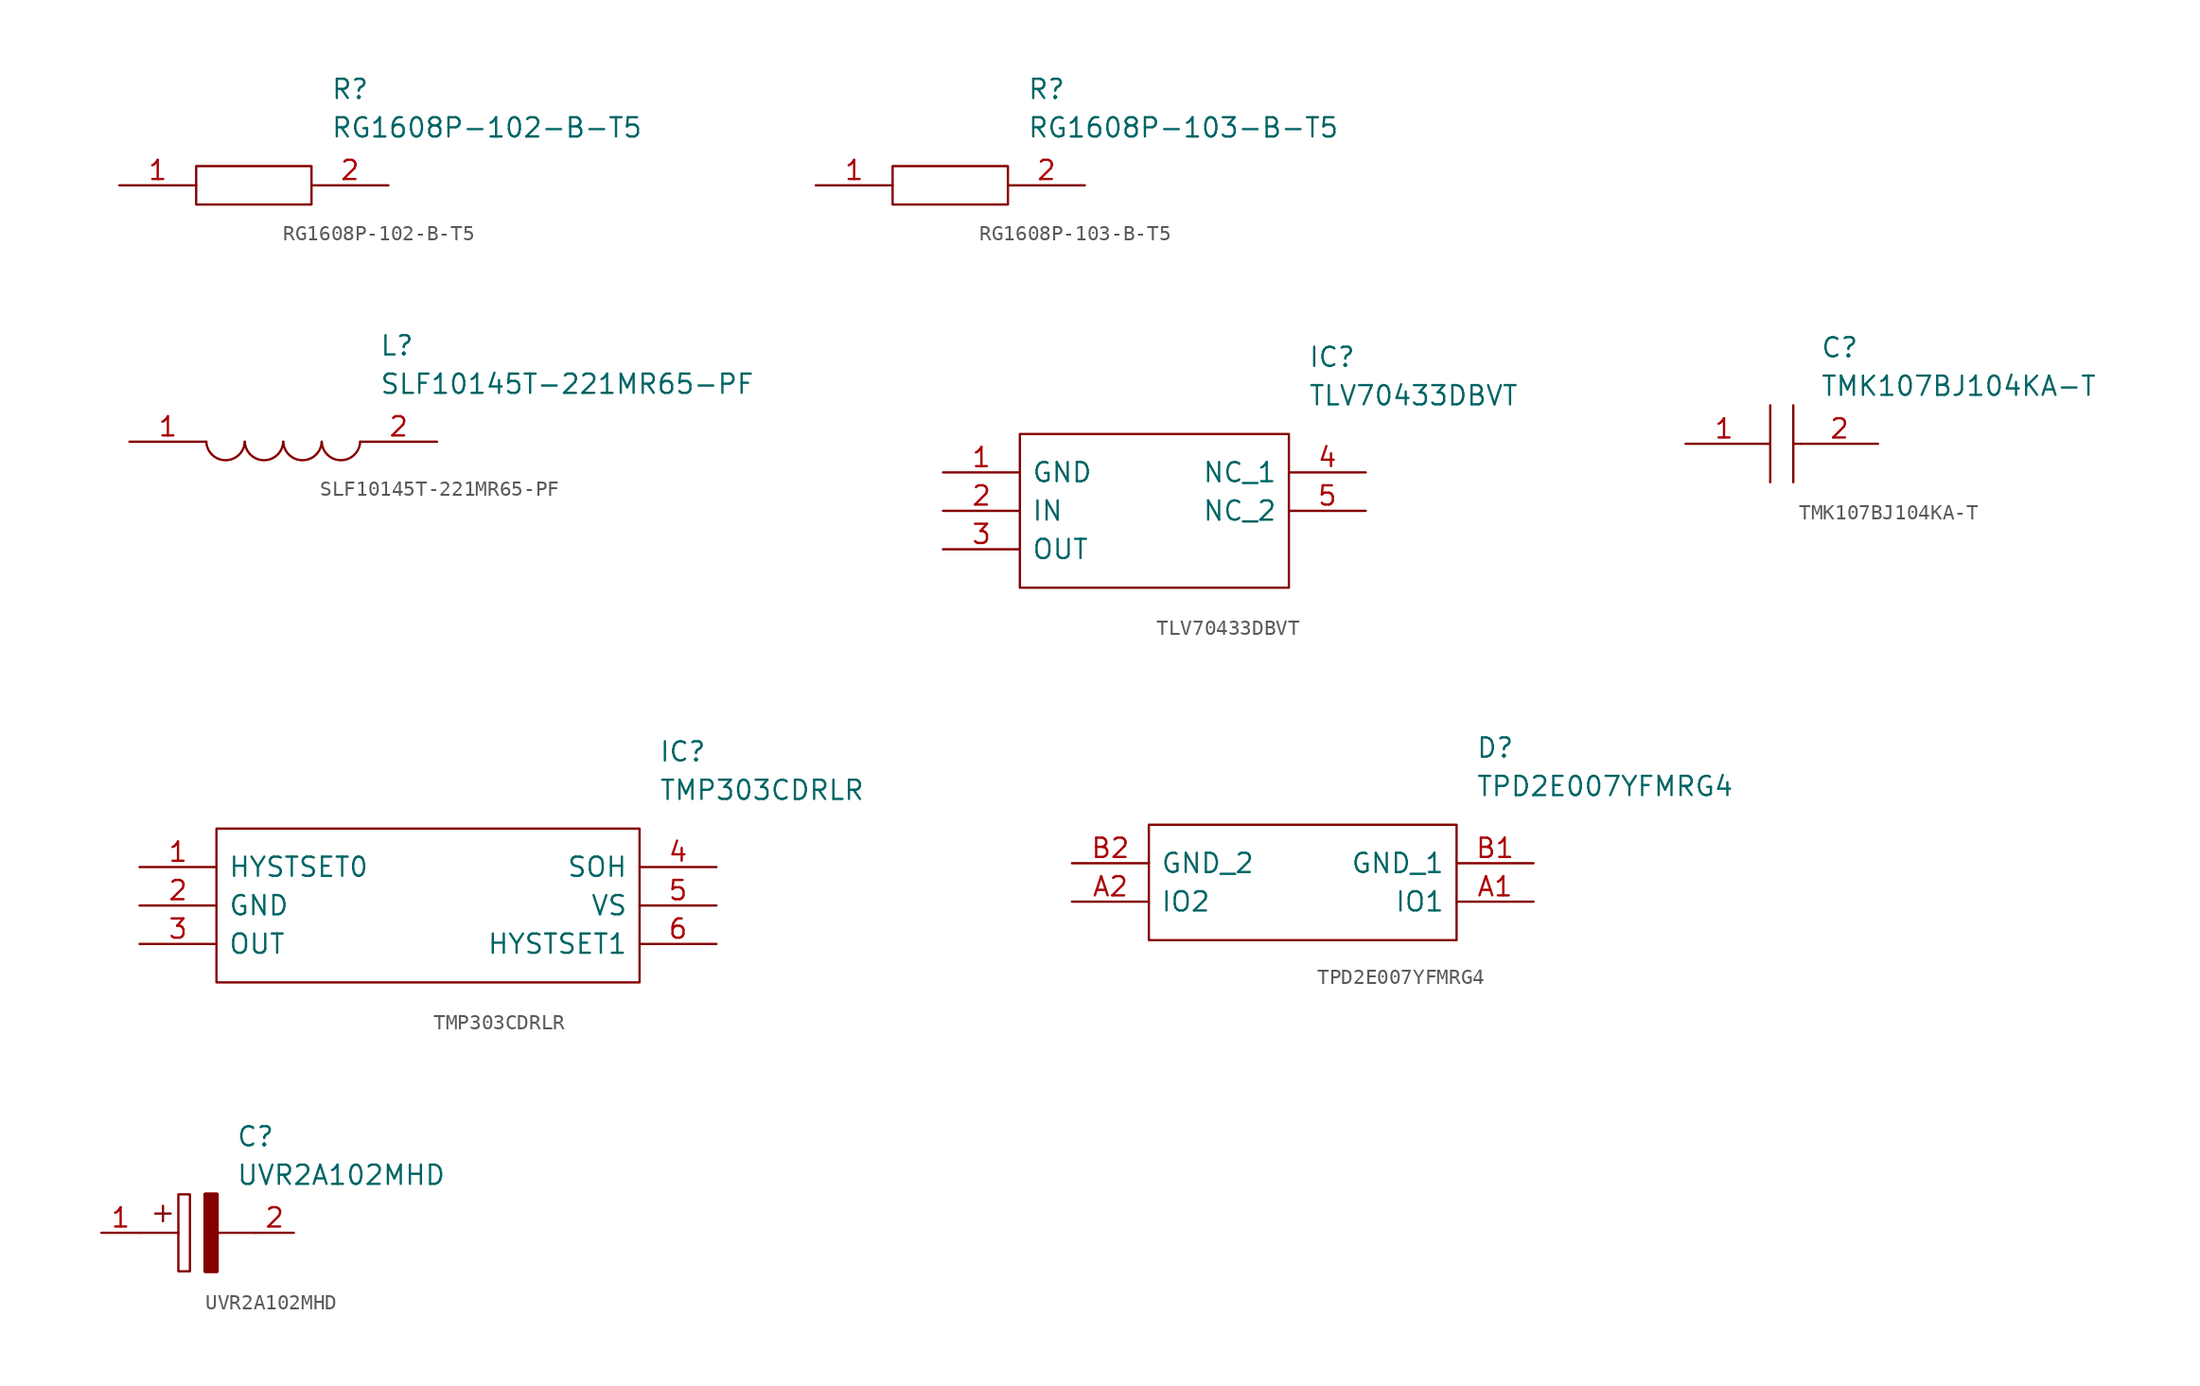
<source format=kicad_sym>
(kicad_symbol_lib
  (version 20211014)
  (generator kicad_symbol_editor)
  (symbol "RG1608P-102-B-T5"
    (pin_names
      (offset 0.762))
    (property "Reference" "R"
      (at 13.97 6.35 0)
      (effects (font (size 1.27 1.27)) (justify left)))
    (property "Value" "RG1608P-102-B-T5"
      (at 13.97 3.81 0)
      (effects (font (size 1.27 1.27)) (justify left)))
    (symbol "RG1608P-102-B-T5_0_0"
      (pin passive line (at 0 0 0) (length 5.08) (name "~" (effects (font (size 1.27 1.27)))) (number "1" (effects (font (size 1.27 1.27)))))
      (pin passive line (at 17.78 0 180) (length 5.08) (name "~" (effects (font (size 1.27 1.27)))) (number "2" (effects (font (size 1.27 1.27))))))
    (symbol "RG1608P-102-B-T5_0_1"
      (polyline (pts (xy 5.08 1.27) (xy 12.7 1.27) (xy 12.7 -1.27) (xy 5.08 -1.27) (xy 5.08 1.27)) (stroke (width 0.152) (type default) (color 0 0 0 0)) (fill (type none)))))
  (symbol "RG1608P-103-B-T5"
    (pin_names
      (offset 0.762))
    (property "Reference" "R"
      (at 13.97 6.35 0)
      (effects (font (size 1.27 1.27)) (justify left)))
    (property "Value" "RG1608P-103-B-T5"
      (at 13.97 3.81 0)
      (effects (font (size 1.27 1.27)) (justify left)))
    (symbol "RG1608P-103-B-T5_0_0"
      (pin passive line (at 0 0 0) (length 5.08) (name "~" (effects (font (size 1.27 1.27)))) (number "1" (effects (font (size 1.27 1.27)))))
      (pin passive line (at 17.78 0 180) (length 5.08) (name "~" (effects (font (size 1.27 1.27)))) (number "2" (effects (font (size 1.27 1.27))))))
    (symbol "RG1608P-103-B-T5_0_1"
      (polyline (pts (xy 5.08 1.27) (xy 12.7 1.27) (xy 12.7 -1.27) (xy 5.08 -1.27) (xy 5.08 1.27)) (stroke (width 0.152) (type default) (color 0 0 0 0)) (fill (type none)))))
  (symbol "SLF10145T-221MR65-PF"
    (pin_names
      (offset 0.762))
    (property "Reference" "L"
      (at 16.51 6.35 0)
      (effects (font (size 1.27 1.27)) (justify left)))
    (property "Value" "SLF10145T-221MR65-PF"
      (at 16.51 3.81 0)
      (effects (font (size 1.27 1.27)) (justify left)))
    (symbol "SLF10145T-221MR65-PF_0_0"
      (pin passive line (at 0 0 0) (length 5.08) (name "~" (effects (font (size 1.27 1.27)))) (number "1" (effects (font (size 1.27 1.27)))))
      (pin passive line (at 20.32 0 180) (length 5.08) (name "~" (effects (font (size 1.27 1.27)))) (number "2" (effects (font (size 1.27 1.27))))))
    (symbol "SLF10145T-221MR65-PF_0_1"
      (arc (start 5.08 0) (mid 6.35 -1.3218) (end 7.62 0) (stroke (width 0.1524) (type default) (color 0 0 0 0)) (fill (type none)))
      (arc (start 7.62 0) (mid 8.89 -1.3218) (end 10.16 0) (stroke (width 0.1524) (type default) (color 0 0 0 0)) (fill (type none)))
      (arc (start 10.16 0) (mid 11.43 -1.3218) (end 12.7 0) (stroke (width 0.1524) (type default) (color 0 0 0 0)) (fill (type none)))
      (arc (start 12.7 0) (mid 13.97 -1.3218) (end 15.24 0) (stroke (width 0.1524) (type default) (color 0 0 0 0)) (fill (type none)))))
  (symbol "TLV70433DBVT"
    (pin_names
      (offset 0.762))
    (property "Reference" "IC"
      (at 24.13 7.62 0)
      (effects (font (size 1.27 1.27)) (justify left)))
    (property "Value" "TLV70433DBVT"
      (at 24.13 5.08 0)
      (effects (font (size 1.27 1.27)) (justify left)))
    (symbol "TLV70433DBVT_0_0"
      (pin passive line (at 0 0 0) (length 5.08) (name "GND" (effects (font (size 1.27 1.27)))) (number "1" (effects (font (size 1.27 1.27)))))
      (pin passive line (at 0 -2.54 0) (length 5.08) (name "IN" (effects (font (size 1.27 1.27)))) (number "2" (effects (font (size 1.27 1.27)))))
      (pin passive line (at 0 -5.08 0) (length 5.08) (name "OUT" (effects (font (size 1.27 1.27)))) (number "3" (effects (font (size 1.27 1.27)))))
      (pin passive line (at 27.94 0 180) (length 5.08) (name "NC_1" (effects (font (size 1.27 1.27)))) (number "4" (effects (font (size 1.27 1.27)))))
      (pin passive line (at 27.94 -2.54 180) (length 5.08) (name "NC_2" (effects (font (size 1.27 1.27)))) (number "5" (effects (font (size 1.27 1.27))))))
    (symbol "TLV70433DBVT_0_1"
      (polyline (pts (xy 5.08 2.54) (xy 22.86 2.54) (xy 22.86 -7.62) (xy 5.08 -7.62) (xy 5.08 2.54)) (stroke (width 0.152) (type default) (color 0 0 0 0)) (fill (type none)))))
  (symbol "TMK107BJ104KA-T"
    (pin_names
      (offset 0.762))
    (property "Reference" "C"
      (at 8.89 6.35 0)
      (effects (font (size 1.27 1.27)) (justify left)))
    (property "Value" "TMK107BJ104KA-T"
      (at 8.89 3.81 0)
      (effects (font (size 1.27 1.27)) (justify left)))
    (symbol "TMK107BJ104KA-T_0_0"
      (pin passive line (at 0 0 0) (length 5.08) (name "~" (effects (font (size 1.27 1.27)))) (number "1" (effects (font (size 1.27 1.27)))))
      (pin passive line (at 12.7 0 180) (length 5.08) (name "~" (effects (font (size 1.27 1.27)))) (number "2" (effects (font (size 1.27 1.27))))))
    (symbol "TMK107BJ104KA-T_0_1"
      (polyline (pts (xy 5.08 0) (xy 5.588 0)) (stroke (width 0.152) (type default) (color 0 0 0 0)) (fill (type none)))
      (polyline (pts (xy 5.588 2.54) (xy 5.588 -2.54)) (stroke (width 0.152) (type default) (color 0 0 0 0)) (fill (type none)))
      (polyline (pts (xy 7.112 0) (xy 7.62 0)) (stroke (width 0.152) (type default) (color 0 0 0 0)) (fill (type none)))
      (polyline (pts (xy 7.112 2.54) (xy 7.112 -2.54)) (stroke (width 0.152) (type default) (color 0 0 0 0)) (fill (type none)))))
  (symbol "TMP303CDRLR"
    (pin_names
      (offset 0.762))
    (property "Reference" "IC"
      (at 34.29 7.62 0)
      (effects (font (size 1.27 1.27)) (justify left)))
    (property "Value" "TMP303CDRLR"
      (at 34.29 5.08 0)
      (effects (font (size 1.27 1.27)) (justify left)))
    (symbol "TMP303CDRLR_0_0"
      (pin passive line (at 0 0 0) (length 5.08) (name "HYSTSET0" (effects (font (size 1.27 1.27)))) (number "1" (effects (font (size 1.27 1.27)))))
      (pin passive line (at 0 -2.54 0) (length 5.08) (name "GND" (effects (font (size 1.27 1.27)))) (number "2" (effects (font (size 1.27 1.27)))))
      (pin passive line (at 0 -5.08 0) (length 5.08) (name "OUT" (effects (font (size 1.27 1.27)))) (number "3" (effects (font (size 1.27 1.27)))))
      (pin passive line (at 38.1 0 180) (length 5.08) (name "SOH" (effects (font (size 1.27 1.27)))) (number "4" (effects (font (size 1.27 1.27)))))
      (pin passive line (at 38.1 -2.54 180) (length 5.08) (name "VS" (effects (font (size 1.27 1.27)))) (number "5" (effects (font (size 1.27 1.27)))))
      (pin passive line (at 38.1 -5.08 180) (length 5.08) (name "HYSTSET1" (effects (font (size 1.27 1.27)))) (number "6" (effects (font (size 1.27 1.27))))))
    (symbol "TMP303CDRLR_0_1"
      (polyline (pts (xy 5.08 2.54) (xy 33.02 2.54) (xy 33.02 -7.62) (xy 5.08 -7.62) (xy 5.08 2.54)) (stroke (width 0.152) (type default) (color 0 0 0 0)) (fill (type none)))))
  (symbol "TPD2E007YFMRG4"
    (pin_names
      (offset 0.762))
    (property "Reference" "D"
      (at 26.67 7.62 0)
      (effects (font (size 1.27 1.27)) (justify left)))
    (property "Value" "TPD2E007YFMRG4"
      (at 26.67 5.08 0)
      (effects (font (size 1.27 1.27)) (justify left)))
    (symbol "TPD2E007YFMRG4_0_0"
      (pin passive line (at 30.48 -2.54 180) (length 5.08) (name "IO1" (effects (font (size 1.27 1.27)))) (number "A1" (effects (font (size 1.27 1.27)))))
      (pin passive line (at 0 -2.54 0) (length 5.08) (name "IO2" (effects (font (size 1.27 1.27)))) (number "A2" (effects (font (size 1.27 1.27)))))
      (pin passive line (at 30.48 0 180) (length 5.08) (name "GND_1" (effects (font (size 1.27 1.27)))) (number "B1" (effects (font (size 1.27 1.27)))))
      (pin passive line (at 0 0 0) (length 5.08) (name "GND_2" (effects (font (size 1.27 1.27)))) (number "B2" (effects (font (size 1.27 1.27))))))
    (symbol "TPD2E007YFMRG4_0_1"
      (polyline (pts (xy 5.08 2.54) (xy 25.4 2.54) (xy 25.4 -5.08) (xy 5.08 -5.08) (xy 5.08 2.54)) (stroke (width 0.152) (type default) (color 0 0 0 0)) (fill (type none)))))
  (symbol "UVR2A102MHD"
    (pin_names
      (offset 0.762))
    (property "Reference" "C"
      (at 8.89 6.35 0)
      (effects (font (size 1.27 1.27)) (justify left)))
    (property "Value" "UVR2A102MHD"
      (at 8.89 3.81 0)
      (effects (font (size 1.27 1.27)) (justify left)))
    (symbol "UVR2A102MHD_0_0"
      (pin passive line (at 0 0 0) (length 2.54) (name "~" (effects (font (size 1.27 1.27)))) (number "1" (effects (font (size 1.27 1.27)))))
      (pin passive line (at 12.7 0 180) (length 2.54) (name "~" (effects (font (size 1.27 1.27)))) (number "2" (effects (font (size 1.27 1.27))))))
    (symbol "UVR2A102MHD_0_1"
      (polyline (pts (xy 2.54 0) (xy 5.08 0)) (stroke (width 0.152) (type default) (color 0 0 0 0)) (fill (type none)))
      (polyline (pts (xy 4.064 1.778) (xy 4.064 0.762)) (stroke (width 0.152) (type default) (color 0 0 0 0)) (fill (type none)))
      (polyline (pts (xy 4.572 1.27) (xy 3.556 1.27)) (stroke (width 0.152) (type default) (color 0 0 0 0)) (fill (type none)))
      (polyline (pts (xy 7.62 0) (xy 10.16 0)) (stroke (width 0.152) (type default) (color 0 0 0 0)) (fill (type none)))
      (polyline (pts (xy 5.08 2.54) (xy 5.08 -2.54) (xy 5.842 -2.54) (xy 5.842 2.54) (xy 5.08 2.54)) (stroke (width 0.152) (type default) (color 0 0 0 0)) (fill (type none)))
      (polyline (pts (xy 7.62 2.54) (xy 7.62 -2.54) (xy 6.858 -2.54) (xy 6.858 2.54) (xy 7.62 2.54)) (stroke (width 0.254) (type default) (color 0 0 0 0)) (fill (type outline))))))
</source>
